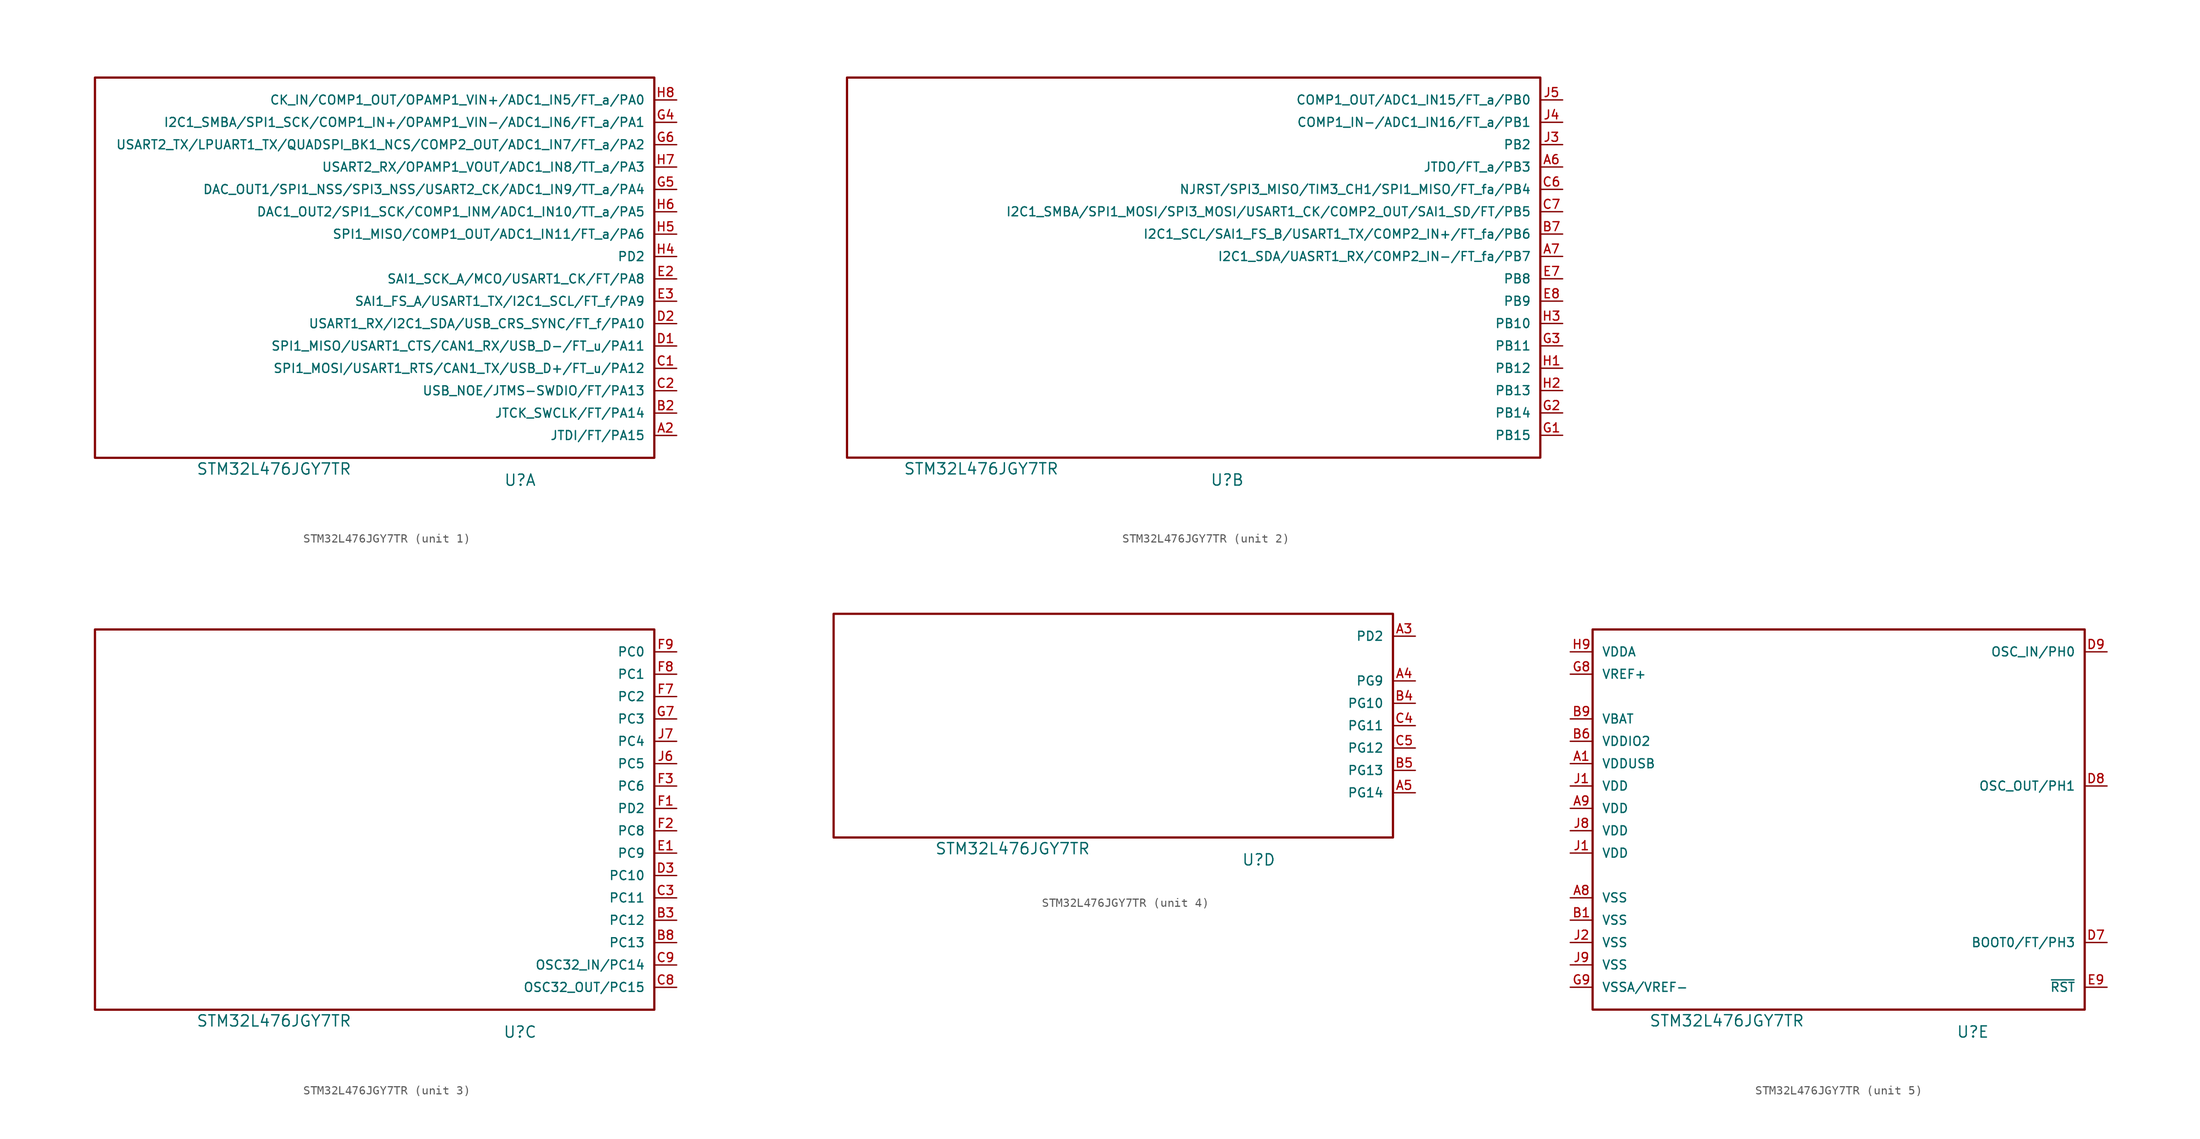
<source format=kicad_sym>
(kicad_symbol_lib
  (version 20220914)
  (generator kicad_symbol_editor)
  (symbol "STM32L476JGY7TR"
    (pin_names
      (offset 1.016))
    (property "Reference" "U"
      (at 43.18 -2.54 0)
      (effects (font (size 1.27 1.27))))
    (property "Value" "STM32L476JGY7TR"
      (at 15.24 -1.27 0)
      (effects (font (size 1.27 1.27))))
    (property "ki_locked" ""
      (at 0 0 0)
      (effects (font (size 1.27 1.27))))
    (symbol "STM32L476JGY7TR_1_1"
      (rectangle (start -5.08 43.18) (end 58.42 0) (stroke (width 0.254) (type solid)) (fill (type none)))
      (pin bidirectional line (at 60.96 2.54 180) (length 2.54) (name "JTDI/FT/PA15" (effects (font (size 1.016 1.016)))) (number "A2" (effects (font (size 1.016 1.016)))))
      (pin bidirectional line (at 60.96 5.08 180) (length 2.54) (name "JTCK_SWCLK/FT/PA14" (effects (font (size 1.016 1.016)))) (number "B2" (effects (font (size 1.016 1.016)))))
      (pin bidirectional line (at 60.96 10.16 180) (length 2.54) (name "SPI1_MOSI/USART1_RTS/CAN1_TX/USB_D+/FT_u/PA12" (effects (font (size 1.016 1.016)))) (number "C1" (effects (font (size 1.016 1.016)))))
      (pin bidirectional line (at 60.96 7.62 180) (length 2.54) (name "USB_NOE/JTMS-SWDIO/FT/PA13" (effects (font (size 1.016 1.016)))) (number "C2" (effects (font (size 1.016 1.016)))))
      (pin bidirectional line (at 60.96 12.7 180) (length 2.54) (name "SPI1_MISO/USART1_CTS/CAN1_RX/USB_D-/FT_u/PA11" (effects (font (size 1.016 1.016)))) (number "D1" (effects (font (size 1.016 1.016)))))
      (pin bidirectional line (at 60.96 15.24 180) (length 2.54) (name "USART1_RX/I2C1_SDA/USB_CRS_SYNC/FT_f/PA10" (effects (font (size 1.016 1.016)))) (number "D2" (effects (font (size 1.016 1.016)))))
      (pin bidirectional line (at 60.96 20.32 180) (length 2.54) (name "SAI1_SCK_A/MCO/USART1_CK/FT/PA8" (effects (font (size 1.016 1.016)))) (number "E2" (effects (font (size 1.016 1.016)))))
      (pin bidirectional line (at 60.96 17.78 180) (length 2.54) (name "SAI1_FS_A/USART1_TX/I2C1_SCL/FT_f/PA9" (effects (font (size 1.016 1.016)))) (number "E3" (effects (font (size 1.016 1.016)))))
      (pin bidirectional line (at 60.96 38.1 180) (length 2.54) (name "I2C1_SMBA/SPI1_SCK/COMP1_IN+/OPAMP1_VIN-/ADC1_IN6/FT_a/PA1" (effects (font (size 1.016 1.016)))) (number "G4" (effects (font (size 1.016 1.016)))))
      (pin bidirectional line (at 60.96 30.48 180) (length 2.54) (name "DAC_OUT1/SPI1_NSS/SPI3_NSS/USART2_CK/ADC1_IN9/TT_a/PA4" (effects (font (size 1.016 1.016)))) (number "G5" (effects (font (size 1.016 1.016)))))
      (pin bidirectional line (at 60.96 35.56 180) (length 2.54) (name "USART2_TX/LPUART1_TX/QUADSPI_BK1_NCS/COMP2_OUT/ADC1_IN7/FT_a/PA2" (effects (font (size 1.016 1.016)))) (number "G6" (effects (font (size 1.016 1.016)))))
      (pin bidirectional line (at 60.96 22.86 180) (length 2.54) (name "PD2" (effects (font (size 1.016 1.016)))) (number "H4" (effects (font (size 1.016 1.016)))))
      (pin bidirectional line (at 60.96 25.4 180) (length 2.54) (name "SPI1_MISO/COMP1_OUT/ADC1_IN11/FT_a/PA6" (effects (font (size 1.016 1.016)))) (number "H5" (effects (font (size 1.016 1.016)))))
      (pin bidirectional line (at 60.96 27.94 180) (length 2.54) (name "DAC1_OUT2/SPI1_SCK/COMP1_INM/ADC1_IN10/TT_a/PA5" (effects (font (size 1.016 1.016)))) (number "H6" (effects (font (size 1.016 1.016)))))
      (pin bidirectional line (at 60.96 33.02 180) (length 2.54) (name "USART2_RX/OPAMP1_VOUT/ADC1_IN8/TT_a/PA3" (effects (font (size 1.016 1.016)))) (number "H7" (effects (font (size 1.016 1.016)))))
      (pin bidirectional line (at 60.96 40.64 180) (length 2.54) (name "CK_IN/COMP1_OUT/OPAMP1_VIN+/ADC1_IN5/FT_a/PA0" (effects (font (size 1.016 1.016)))) (number "H8" (effects (font (size 1.016 1.016))))))
    (symbol "STM32L476JGY7TR_2_1"
      (rectangle (start 78.74 0) (end 0 43.18) (stroke (width 0.254) (type solid)) (fill (type none)))
      (pin bidirectional line (at 81.28 33.02 180) (length 2.54) (name "JTDO/FT_a/PB3" (effects (font (size 1.016 1.016)))) (number "A6" (effects (font (size 1.016 1.016)))))
      (pin bidirectional line (at 81.28 22.86 180) (length 2.54) (name "I2C1_SDA/UASRT1_RX/COMP2_IN-/FT_fa/PB7" (effects (font (size 1.016 1.016)))) (number "A7" (effects (font (size 1.016 1.016)))))
      (pin bidirectional line (at 81.28 25.4 180) (length 2.54) (name "I2C1_SCL/SAI1_FS_B/USART1_TX/COMP2_IN+/FT_fa/PB6" (effects (font (size 1.016 1.016)))) (number "B7" (effects (font (size 1.016 1.016)))))
      (pin bidirectional line (at 81.28 30.48 180) (length 2.54) (name "NJRST/SPI3_MISO/TIM3_CH1/SPI1_MISO/FT_fa/PB4" (effects (font (size 1.016 1.016)))) (number "C6" (effects (font (size 1.016 1.016)))))
      (pin bidirectional line (at 81.28 27.94 180) (length 2.54) (name "I2C1_SMBA/SPI1_MOSI/SPI3_MOSI/USART1_CK/COMP2_OUT/SAI1_SD/FT/PB5" (effects (font (size 1.016 1.016)))) (number "C7" (effects (font (size 1.016 1.016)))))
      (pin bidirectional line (at 81.28 20.32 180) (length 2.54) (name "PB8" (effects (font (size 1.016 1.016)))) (number "E7" (effects (font (size 1.016 1.016)))))
      (pin bidirectional line (at 81.28 17.78 180) (length 2.54) (name "PB9" (effects (font (size 1.016 1.016)))) (number "E8" (effects (font (size 1.016 1.016)))))
      (pin bidirectional line (at 81.28 2.54 180) (length 2.54) (name "PB15" (effects (font (size 1.016 1.016)))) (number "G1" (effects (font (size 1.016 1.016)))))
      (pin bidirectional line (at 81.28 5.08 180) (length 2.54) (name "PB14" (effects (font (size 1.016 1.016)))) (number "G2" (effects (font (size 1.016 1.016)))))
      (pin bidirectional line (at 81.28 12.7 180) (length 2.54) (name "PB11" (effects (font (size 1.016 1.016)))) (number "G3" (effects (font (size 1.016 1.016)))))
      (pin bidirectional line (at 81.28 10.16 180) (length 2.54) (name "PB12" (effects (font (size 1.016 1.016)))) (number "H1" (effects (font (size 1.016 1.016)))))
      (pin bidirectional line (at 81.28 7.62 180) (length 2.54) (name "PB13" (effects (font (size 1.016 1.016)))) (number "H2" (effects (font (size 1.016 1.016)))))
      (pin bidirectional line (at 81.28 15.24 180) (length 2.54) (name "PB10" (effects (font (size 1.016 1.016)))) (number "H3" (effects (font (size 1.016 1.016)))))
      (pin bidirectional line (at 81.28 35.56 180) (length 2.54) (name "PB2" (effects (font (size 1.016 1.016)))) (number "J3" (effects (font (size 1.016 1.016)))))
      (pin bidirectional line (at 81.28 38.1 180) (length 2.54) (name "COMP1_IN-/ADC1_IN16/FT_a/PB1" (effects (font (size 1.016 1.016)))) (number "J4" (effects (font (size 1.016 1.016)))))
      (pin bidirectional line (at 81.28 40.64 180) (length 2.54) (name "COMP1_OUT/ADC1_IN15/FT_a/PB0" (effects (font (size 1.016 1.016)))) (number "J5" (effects (font (size 1.016 1.016))))))
    (symbol "STM32L476JGY7TR_3_1"
      (rectangle (start -5.08 43.18) (end 58.42 0) (stroke (width 0.254) (type solid)) (fill (type none)))
      (pin bidirectional line (at 60.96 10.16 180) (length 2.54) (name "PC12" (effects (font (size 1.016 1.016)))) (number "B3" (effects (font (size 1.016 1.016)))))
      (pin bidirectional line (at 60.96 7.62 180) (length 2.54) (name "PC13" (effects (font (size 1.016 1.016)))) (number "B8" (effects (font (size 1.016 1.016)))))
      (pin bidirectional line (at 60.96 12.7 180) (length 2.54) (name "PC11" (effects (font (size 1.016 1.016)))) (number "C3" (effects (font (size 1.016 1.016)))))
      (pin bidirectional line (at 60.96 2.54 180) (length 2.54) (name "OSC32_OUT/PC15" (effects (font (size 1.016 1.016)))) (number "C8" (effects (font (size 1.016 1.016)))))
      (pin bidirectional line (at 60.96 5.08 180) (length 2.54) (name "OSC32_IN/PC14" (effects (font (size 1.016 1.016)))) (number "C9" (effects (font (size 1.016 1.016)))))
      (pin bidirectional line (at 60.96 15.24 180) (length 2.54) (name "PC10" (effects (font (size 1.016 1.016)))) (number "D3" (effects (font (size 1.016 1.016)))))
      (pin bidirectional line (at 60.96 17.78 180) (length 2.54) (name "PC9" (effects (font (size 1.016 1.016)))) (number "E1" (effects (font (size 1.016 1.016)))))
      (pin bidirectional line (at 60.96 22.86 180) (length 2.54) (name "PD2" (effects (font (size 1.016 1.016)))) (number "F1" (effects (font (size 1.016 1.016)))))
      (pin bidirectional line (at 60.96 20.32 180) (length 2.54) (name "PC8" (effects (font (size 1.016 1.016)))) (number "F2" (effects (font (size 1.016 1.016)))))
      (pin bidirectional line (at 60.96 25.4 180) (length 2.54) (name "PC6" (effects (font (size 1.016 1.016)))) (number "F3" (effects (font (size 1.016 1.016)))))
      (pin bidirectional line (at 60.96 35.56 180) (length 2.54) (name "PC2" (effects (font (size 1.016 1.016)))) (number "F7" (effects (font (size 1.016 1.016)))))
      (pin bidirectional line (at 60.96 38.1 180) (length 2.54) (name "PC1" (effects (font (size 1.016 1.016)))) (number "F8" (effects (font (size 1.016 1.016)))))
      (pin bidirectional line (at 60.96 40.64 180) (length 2.54) (name "PC0" (effects (font (size 1.016 1.016)))) (number "F9" (effects (font (size 1.016 1.016)))))
      (pin bidirectional line (at 60.96 33.02 180) (length 2.54) (name "PC3" (effects (font (size 1.016 1.016)))) (number "G7" (effects (font (size 1.016 1.016)))))
      (pin bidirectional line (at 60.96 27.94 180) (length 2.54) (name "PC5" (effects (font (size 1.016 1.016)))) (number "J6" (effects (font (size 1.016 1.016)))))
      (pin bidirectional line (at 60.96 30.48 180) (length 2.54) (name "PC4" (effects (font (size 1.016 1.016)))) (number "J7" (effects (font (size 1.016 1.016))))))
    (symbol "STM32L476JGY7TR_4_1"
      (rectangle (start -5.08 25.4) (end 58.42 0) (stroke (width 0.254) (type solid)) (fill (type none)))
      (pin bidirectional line (at 60.96 22.86 180) (length 2.54) (name "PD2" (effects (font (size 1.016 1.016)))) (number "A3" (effects (font (size 1.016 1.016)))))
      (pin bidirectional line (at 60.96 17.78 180) (length 2.54) (name "PG9" (effects (font (size 1.016 1.016)))) (number "A4" (effects (font (size 1.016 1.016)))))
      (pin bidirectional line (at 60.96 5.08 180) (length 2.54) (name "PG14" (effects (font (size 1.016 1.016)))) (number "A5" (effects (font (size 1.016 1.016)))))
      (pin bidirectional line (at 60.96 15.24 180) (length 2.54) (name "PG10" (effects (font (size 1.016 1.016)))) (number "B4" (effects (font (size 1.016 1.016)))))
      (pin bidirectional line (at 60.96 7.62 180) (length 2.54) (name "PG13" (effects (font (size 1.016 1.016)))) (number "B5" (effects (font (size 1.016 1.016)))))
      (pin bidirectional line (at 60.96 12.7 180) (length 2.54) (name "PG11" (effects (font (size 1.016 1.016)))) (number "C4" (effects (font (size 1.016 1.016)))))
      (pin bidirectional line (at 60.96 10.16 180) (length 2.54) (name "PG12" (effects (font (size 1.016 1.016)))) (number "C5" (effects (font (size 1.016 1.016))))))
    (symbol "STM32L476JGY7TR_5_1"
      (rectangle (start 55.88 0) (end 0 43.18) (stroke (width 0.254) (type solid)) (fill (type none)))
      (pin power_in line (at -2.54 27.94 0) (length 2.54) (name "VDDUSB" (effects (font (size 1.016 1.016)))) (number "A1" (effects (font (size 1.016 1.016)))))
      (pin power_in line (at -2.54 12.7 0) (length 2.54) (name "VSS" (effects (font (size 1.016 1.016)))) (number "A8" (effects (font (size 1.016 1.016)))))
      (pin power_in line (at -2.54 22.86 0) (length 2.54) (name "VDD" (effects (font (size 1.016 1.016)))) (number "A9" (effects (font (size 1.016 1.016)))))
      (pin power_in line (at -2.54 10.16 0) (length 2.54) (name "VSS" (effects (font (size 1.016 1.016)))) (number "B1" (effects (font (size 1.016 1.016)))))
      (pin power_in line (at -2.54 30.48 0) (length 2.54) (name "VDDIO2" (effects (font (size 1.016 1.016)))) (number "B6" (effects (font (size 1.016 1.016)))))
      (pin power_in line (at -2.54 33.02 0) (length 2.54) (name "VBAT" (effects (font (size 1.016 1.016)))) (number "B9" (effects (font (size 1.016 1.016)))))
      (pin input line (at 58.42 7.62 180) (length 2.54) (name "BOOT0/FT/PH3" (effects (font (size 1.016 1.016)))) (number "D7" (effects (font (size 1.016 1.016)))))
      (pin input line (at 58.42 25.4 180) (length 2.54) (name "OSC_OUT/PH1" (effects (font (size 1.016 1.016)))) (number "D8" (effects (font (size 1.016 1.016)))))
      (pin input line (at 58.42 40.64 180) (length 2.54) (name "OSC_IN/PH0" (effects (font (size 1.016 1.016)))) (number "D9" (effects (font (size 1.016 1.016)))))
      (pin bidirectional line (at 58.42 2.54 180) (length 2.54) (name "~{RST}" (effects (font (size 1.016 1.016)))) (number "E9" (effects (font (size 1.016 1.016)))))
      (pin power_in line (at -2.54 38.1 0) (length 2.54) (name "VREF+" (effects (font (size 1.016 1.016)))) (number "G8" (effects (font (size 1.016 1.016)))))
      (pin power_in line (at -2.54 2.54 0) (length 2.54) (name "VSSA/VREF-" (effects (font (size 1.016 1.016)))) (number "G9" (effects (font (size 1.016 1.016)))))
      (pin power_in line (at -2.54 40.64 0) (length 2.54) (name "VDDA" (effects (font (size 1.016 1.016)))) (number "H9" (effects (font (size 1.016 1.016)))))
      (pin power_in line (at -2.54 17.78 0) (length 2.54) (name "VDD" (effects (font (size 1.016 1.016)))) (number "J1" (effects (font (size 1.016 1.016)))))
      (pin power_in line (at -2.54 25.4 0) (length 2.54) (name "VDD" (effects (font (size 1.016 1.016)))) (number "J1" (effects (font (size 1.016 1.016)))))
      (pin power_in line (at -2.54 7.62 0) (length 2.54) (name "VSS" (effects (font (size 1.016 1.016)))) (number "J2" (effects (font (size 1.016 1.016)))))
      (pin power_in line (at -2.54 20.32 0) (length 2.54) (name "VDD" (effects (font (size 1.016 1.016)))) (number "J8" (effects (font (size 1.016 1.016)))))
      (pin power_in line (at -2.54 5.08 0) (length 2.54) (name "VSS" (effects (font (size 1.016 1.016)))) (number "J9" (effects (font (size 1.016 1.016))))))))
</source>
